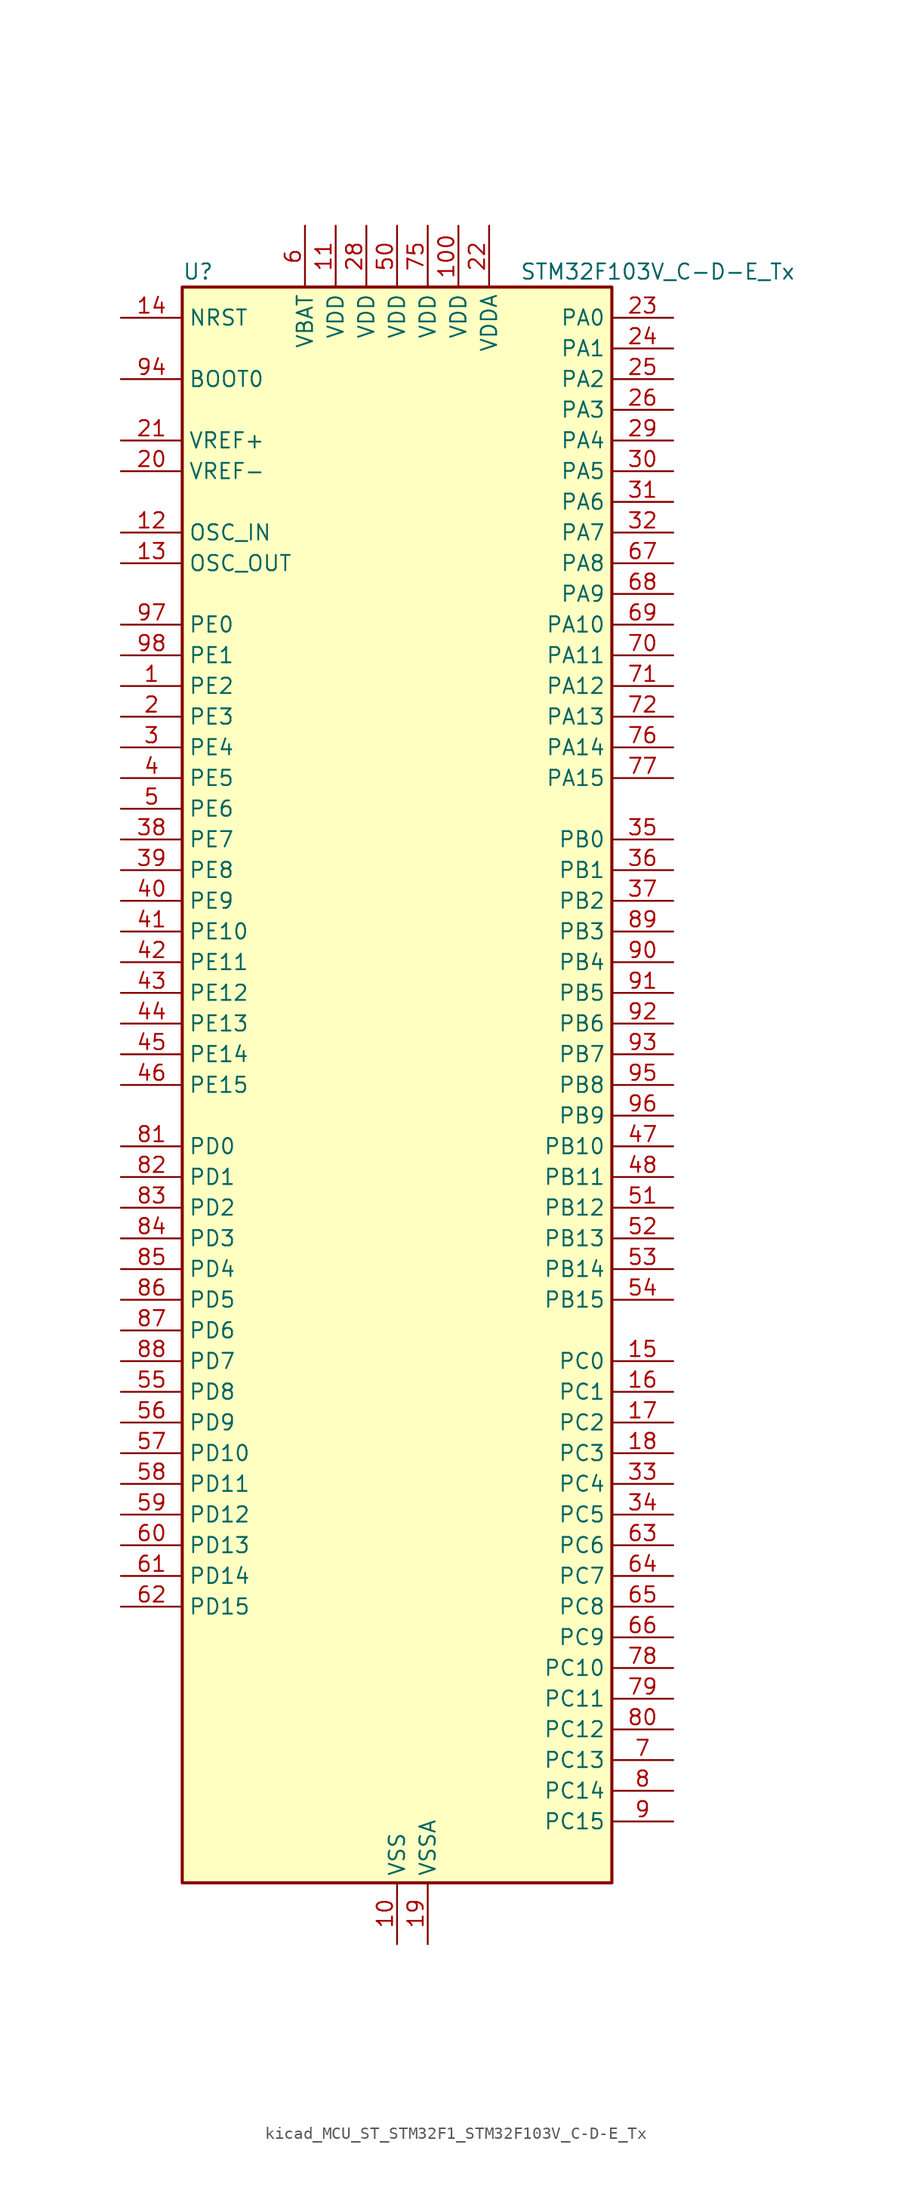
<source format=kicad_sym>
(kicad_symbol_lib
  (version 20220914)
  (generator kicad_symbol_editor)
  (symbol "kicad_MCU_ST_STM32F1_STM32F103V_C-D-E_Tx"
    (property "Reference" "U"
      (at -17.78 67.31 0)
      (effects (font (size 1.27 1.27)) (justify left)))
    (property "Value" "STM32F103V_C-D-E_Tx"
      (at 10.16 67.31 0)
      (effects (font (size 1.27 1.27)) (justify left)))
    (property "ki_locked" ""
      (at 0 0 0)
      (effects (font (size 1.27 1.27))))
    (symbol "kicad_MCU_ST_STM32F1_STM32F103V_C-D-E_Tx_0_1"
      (rectangle (start -17.78 -66.04) (end 17.78 66.04) (stroke (width 0.254) (type default)) (fill (type background))))
    (symbol "kicad_MCU_ST_STM32F1_STM32F103V_C-D-E_Tx_1_1"
      (pin bidirectional line (at -22.86 33.02 0) (length 5.08) (name "PE2" (effects (font (size 1.27 1.27)))) (number "1" (effects (font (size 1.27 1.27)))) (alternate "FSMC_A23" bidirectional line) (alternate "SYS_TRACECLK" bidirectional line))
      (pin power_in line (at 0 -71.12 90) (length 5.08) (name "VSS" (effects (font (size 1.27 1.27)))) (number "10" (effects (font (size 1.27 1.27)))))
      (pin power_in line (at 5.08 71.12 270) (length 5.08) (name "VDD" (effects (font (size 1.27 1.27)))) (number "100" (effects (font (size 1.27 1.27)))))
      (pin power_in line (at -5.08 71.12 270) (length 5.08) (name "VDD" (effects (font (size 1.27 1.27)))) (number "11" (effects (font (size 1.27 1.27)))))
      (pin input line (at -22.86 45.72 0) (length 5.08) (name "OSC_IN" (effects (font (size 1.27 1.27)))) (number "12" (effects (font (size 1.27 1.27)))) (alternate "RCC_OSC_IN" bidirectional line))
      (pin input line (at -22.86 43.18 0) (length 5.08) (name "OSC_OUT" (effects (font (size 1.27 1.27)))) (number "13" (effects (font (size 1.27 1.27)))) (alternate "RCC_OSC_OUT" bidirectional line))
      (pin input line (at -22.86 63.5 0) (length 5.08) (name "NRST" (effects (font (size 1.27 1.27)))) (number "14" (effects (font (size 1.27 1.27)))))
      (pin bidirectional line (at 22.86 -22.86 180) (length 5.08) (name "PC0" (effects (font (size 1.27 1.27)))) (number "15" (effects (font (size 1.27 1.27)))) (alternate "ADC1_IN10" bidirectional line) (alternate "ADC2_IN10" bidirectional line) (alternate "ADC3_IN10" bidirectional line))
      (pin bidirectional line (at 22.86 -25.4 180) (length 5.08) (name "PC1" (effects (font (size 1.27 1.27)))) (number "16" (effects (font (size 1.27 1.27)))) (alternate "ADC1_IN11" bidirectional line) (alternate "ADC2_IN11" bidirectional line) (alternate "ADC3_IN11" bidirectional line))
      (pin bidirectional line (at 22.86 -27.94 180) (length 5.08) (name "PC2" (effects (font (size 1.27 1.27)))) (number "17" (effects (font (size 1.27 1.27)))) (alternate "ADC1_IN12" bidirectional line) (alternate "ADC2_IN12" bidirectional line) (alternate "ADC3_IN12" bidirectional line))
      (pin bidirectional line (at 22.86 -30.48 180) (length 5.08) (name "PC3" (effects (font (size 1.27 1.27)))) (number "18" (effects (font (size 1.27 1.27)))) (alternate "ADC1_IN13" bidirectional line) (alternate "ADC2_IN13" bidirectional line) (alternate "ADC3_IN13" bidirectional line))
      (pin power_in line (at 2.54 -71.12 90) (length 5.08) (name "VSSA" (effects (font (size 1.27 1.27)))) (number "19" (effects (font (size 1.27 1.27)))))
      (pin bidirectional line (at -22.86 30.48 0) (length 5.08) (name "PE3" (effects (font (size 1.27 1.27)))) (number "2" (effects (font (size 1.27 1.27)))) (alternate "FSMC_A19" bidirectional line) (alternate "SYS_TRACED0" bidirectional line))
      (pin input line (at -22.86 50.8 0) (length 5.08) (name "VREF-" (effects (font (size 1.27 1.27)))) (number "20" (effects (font (size 1.27 1.27)))))
      (pin input line (at -22.86 53.34 0) (length 5.08) (name "VREF+" (effects (font (size 1.27 1.27)))) (number "21" (effects (font (size 1.27 1.27)))))
      (pin power_in line (at 7.62 71.12 270) (length 5.08) (name "VDDA" (effects (font (size 1.27 1.27)))) (number "22" (effects (font (size 1.27 1.27)))))
      (pin bidirectional line (at 22.86 63.5 180) (length 5.08) (name "PA0" (effects (font (size 1.27 1.27)))) (number "23" (effects (font (size 1.27 1.27)))) (alternate "ADC1_IN0" bidirectional line) (alternate "ADC2_IN0" bidirectional line) (alternate "ADC3_IN0" bidirectional line) (alternate "SYS_WKUP" bidirectional line) (alternate "TIM2_CH1" bidirectional line) (alternate "TIM2_ETR" bidirectional line) (alternate "TIM5_CH1" bidirectional line) (alternate "TIM8_ETR" bidirectional line) (alternate "USART2_CTS" bidirectional line))
      (pin bidirectional line (at 22.86 60.96 180) (length 5.08) (name "PA1" (effects (font (size 1.27 1.27)))) (number "24" (effects (font (size 1.27 1.27)))) (alternate "ADC1_IN1" bidirectional line) (alternate "ADC2_IN1" bidirectional line) (alternate "ADC3_IN1" bidirectional line) (alternate "TIM2_CH2" bidirectional line) (alternate "TIM5_CH2" bidirectional line) (alternate "USART2_RTS" bidirectional line))
      (pin bidirectional line (at 22.86 58.42 180) (length 5.08) (name "PA2" (effects (font (size 1.27 1.27)))) (number "25" (effects (font (size 1.27 1.27)))) (alternate "ADC1_IN2" bidirectional line) (alternate "ADC2_IN2" bidirectional line) (alternate "ADC3_IN2" bidirectional line) (alternate "TIM2_CH3" bidirectional line) (alternate "TIM5_CH3" bidirectional line) (alternate "USART2_TX" bidirectional line))
      (pin bidirectional line (at 22.86 55.88 180) (length 5.08) (name "PA3" (effects (font (size 1.27 1.27)))) (number "26" (effects (font (size 1.27 1.27)))) (alternate "ADC1_IN3" bidirectional line) (alternate "ADC2_IN3" bidirectional line) (alternate "ADC3_IN3" bidirectional line) (alternate "TIM2_CH4" bidirectional line) (alternate "TIM5_CH4" bidirectional line) (alternate "USART2_RX" bidirectional line))
      (pin passive line (at 0 -71.12 90) (length 5.08) hide (name "VSS" (effects (font (size 1.27 1.27)))) (number "27" (effects (font (size 1.27 1.27)))))
      (pin power_in line (at -2.54 71.12 270) (length 5.08) (name "VDD" (effects (font (size 1.27 1.27)))) (number "28" (effects (font (size 1.27 1.27)))))
      (pin bidirectional line (at 22.86 53.34 180) (length 5.08) (name "PA4" (effects (font (size 1.27 1.27)))) (number "29" (effects (font (size 1.27 1.27)))) (alternate "ADC1_IN4" bidirectional line) (alternate "ADC2_IN4" bidirectional line) (alternate "DAC_OUT1" bidirectional line) (alternate "SPI1_NSS" bidirectional line) (alternate "USART2_CK" bidirectional line))
      (pin bidirectional line (at -22.86 27.94 0) (length 5.08) (name "PE4" (effects (font (size 1.27 1.27)))) (number "3" (effects (font (size 1.27 1.27)))) (alternate "FSMC_A20" bidirectional line) (alternate "SYS_TRACED1" bidirectional line))
      (pin bidirectional line (at 22.86 50.8 180) (length 5.08) (name "PA5" (effects (font (size 1.27 1.27)))) (number "30" (effects (font (size 1.27 1.27)))) (alternate "ADC1_IN5" bidirectional line) (alternate "ADC2_IN5" bidirectional line) (alternate "DAC_OUT2" bidirectional line) (alternate "SPI1_SCK" bidirectional line))
      (pin bidirectional line (at 22.86 48.26 180) (length 5.08) (name "PA6" (effects (font (size 1.27 1.27)))) (number "31" (effects (font (size 1.27 1.27)))) (alternate "ADC1_IN6" bidirectional line) (alternate "ADC2_IN6" bidirectional line) (alternate "SPI1_MISO" bidirectional line) (alternate "TIM1_BKIN" bidirectional line) (alternate "TIM3_CH1" bidirectional line) (alternate "TIM8_BKIN" bidirectional line))
      (pin bidirectional line (at 22.86 45.72 180) (length 5.08) (name "PA7" (effects (font (size 1.27 1.27)))) (number "32" (effects (font (size 1.27 1.27)))) (alternate "ADC1_IN7" bidirectional line) (alternate "ADC2_IN7" bidirectional line) (alternate "SPI1_MOSI" bidirectional line) (alternate "TIM1_CH1N" bidirectional line) (alternate "TIM3_CH2" bidirectional line) (alternate "TIM8_CH1N" bidirectional line))
      (pin bidirectional line (at 22.86 -33.02 180) (length 5.08) (name "PC4" (effects (font (size 1.27 1.27)))) (number "33" (effects (font (size 1.27 1.27)))) (alternate "ADC1_IN14" bidirectional line) (alternate "ADC2_IN14" bidirectional line))
      (pin bidirectional line (at 22.86 -35.56 180) (length 5.08) (name "PC5" (effects (font (size 1.27 1.27)))) (number "34" (effects (font (size 1.27 1.27)))) (alternate "ADC1_IN15" bidirectional line) (alternate "ADC2_IN15" bidirectional line))
      (pin bidirectional line (at 22.86 20.32 180) (length 5.08) (name "PB0" (effects (font (size 1.27 1.27)))) (number "35" (effects (font (size 1.27 1.27)))) (alternate "ADC1_IN8" bidirectional line) (alternate "ADC2_IN8" bidirectional line) (alternate "TIM1_CH2N" bidirectional line) (alternate "TIM3_CH3" bidirectional line) (alternate "TIM8_CH2N" bidirectional line))
      (pin bidirectional line (at 22.86 17.78 180) (length 5.08) (name "PB1" (effects (font (size 1.27 1.27)))) (number "36" (effects (font (size 1.27 1.27)))) (alternate "ADC1_IN9" bidirectional line) (alternate "ADC2_IN9" bidirectional line) (alternate "TIM1_CH3N" bidirectional line) (alternate "TIM3_CH4" bidirectional line) (alternate "TIM8_CH3N" bidirectional line))
      (pin bidirectional line (at 22.86 15.24 180) (length 5.08) (name "PB2" (effects (font (size 1.27 1.27)))) (number "37" (effects (font (size 1.27 1.27)))))
      (pin bidirectional line (at -22.86 20.32 0) (length 5.08) (name "PE7" (effects (font (size 1.27 1.27)))) (number "38" (effects (font (size 1.27 1.27)))) (alternate "FSMC_D4" bidirectional line) (alternate "FSMC_DA4" bidirectional line) (alternate "TIM1_ETR" bidirectional line))
      (pin bidirectional line (at -22.86 17.78 0) (length 5.08) (name "PE8" (effects (font (size 1.27 1.27)))) (number "39" (effects (font (size 1.27 1.27)))) (alternate "FSMC_D5" bidirectional line) (alternate "FSMC_DA5" bidirectional line) (alternate "TIM1_CH1N" bidirectional line))
      (pin bidirectional line (at -22.86 25.4 0) (length 5.08) (name "PE5" (effects (font (size 1.27 1.27)))) (number "4" (effects (font (size 1.27 1.27)))) (alternate "FSMC_A21" bidirectional line) (alternate "SYS_TRACED2" bidirectional line))
      (pin bidirectional line (at -22.86 15.24 0) (length 5.08) (name "PE9" (effects (font (size 1.27 1.27)))) (number "40" (effects (font (size 1.27 1.27)))) (alternate "DAC_EXTI9" bidirectional line) (alternate "FSMC_D6" bidirectional line) (alternate "FSMC_DA6" bidirectional line) (alternate "TIM1_CH1" bidirectional line))
      (pin bidirectional line (at -22.86 12.7 0) (length 5.08) (name "PE10" (effects (font (size 1.27 1.27)))) (number "41" (effects (font (size 1.27 1.27)))) (alternate "FSMC_D7" bidirectional line) (alternate "FSMC_DA7" bidirectional line) (alternate "TIM1_CH2N" bidirectional line))
      (pin bidirectional line (at -22.86 10.16 0) (length 5.08) (name "PE11" (effects (font (size 1.27 1.27)))) (number "42" (effects (font (size 1.27 1.27)))) (alternate "ADC1_EXTI11" bidirectional line) (alternate "ADC2_EXTI11" bidirectional line) (alternate "FSMC_D8" bidirectional line) (alternate "FSMC_DA8" bidirectional line) (alternate "TIM1_CH2" bidirectional line))
      (pin bidirectional line (at -22.86 7.62 0) (length 5.08) (name "PE12" (effects (font (size 1.27 1.27)))) (number "43" (effects (font (size 1.27 1.27)))) (alternate "FSMC_D9" bidirectional line) (alternate "FSMC_DA9" bidirectional line) (alternate "TIM1_CH3N" bidirectional line))
      (pin bidirectional line (at -22.86 5.08 0) (length 5.08) (name "PE13" (effects (font (size 1.27 1.27)))) (number "44" (effects (font (size 1.27 1.27)))) (alternate "FSMC_D10" bidirectional line) (alternate "FSMC_DA10" bidirectional line) (alternate "TIM1_CH3" bidirectional line))
      (pin bidirectional line (at -22.86 2.54 0) (length 5.08) (name "PE14" (effects (font (size 1.27 1.27)))) (number "45" (effects (font (size 1.27 1.27)))) (alternate "FSMC_D11" bidirectional line) (alternate "FSMC_DA11" bidirectional line) (alternate "TIM1_CH4" bidirectional line))
      (pin bidirectional line (at -22.86 0 0) (length 5.08) (name "PE15" (effects (font (size 1.27 1.27)))) (number "46" (effects (font (size 1.27 1.27)))) (alternate "ADC1_EXTI15" bidirectional line) (alternate "ADC2_EXTI15" bidirectional line) (alternate "FSMC_D12" bidirectional line) (alternate "FSMC_DA12" bidirectional line) (alternate "TIM1_BKIN" bidirectional line))
      (pin bidirectional line (at 22.86 -5.08 180) (length 5.08) (name "PB10" (effects (font (size 1.27 1.27)))) (number "47" (effects (font (size 1.27 1.27)))) (alternate "I2C2_SCL" bidirectional line) (alternate "TIM2_CH3" bidirectional line) (alternate "USART3_TX" bidirectional line))
      (pin bidirectional line (at 22.86 -7.62 180) (length 5.08) (name "PB11" (effects (font (size 1.27 1.27)))) (number "48" (effects (font (size 1.27 1.27)))) (alternate "ADC1_EXTI11" bidirectional line) (alternate "ADC2_EXTI11" bidirectional line) (alternate "I2C2_SDA" bidirectional line) (alternate "TIM2_CH4" bidirectional line) (alternate "USART3_RX" bidirectional line))
      (pin passive line (at 0 -71.12 90) (length 5.08) hide (name "VSS" (effects (font (size 1.27 1.27)))) (number "49" (effects (font (size 1.27 1.27)))))
      (pin bidirectional line (at -22.86 22.86 0) (length 5.08) (name "PE6" (effects (font (size 1.27 1.27)))) (number "5" (effects (font (size 1.27 1.27)))) (alternate "FSMC_A22" bidirectional line) (alternate "SYS_TRACED3" bidirectional line))
      (pin power_in line (at 0 71.12 270) (length 5.08) (name "VDD" (effects (font (size 1.27 1.27)))) (number "50" (effects (font (size 1.27 1.27)))))
      (pin bidirectional line (at 22.86 -10.16 180) (length 5.08) (name "PB12" (effects (font (size 1.27 1.27)))) (number "51" (effects (font (size 1.27 1.27)))) (alternate "I2C2_SMBA" bidirectional line) (alternate "I2S2_WS" bidirectional line) (alternate "SPI2_NSS" bidirectional line) (alternate "TIM1_BKIN" bidirectional line) (alternate "USART3_CK" bidirectional line))
      (pin bidirectional line (at 22.86 -12.7 180) (length 5.08) (name "PB13" (effects (font (size 1.27 1.27)))) (number "52" (effects (font (size 1.27 1.27)))) (alternate "I2S2_CK" bidirectional line) (alternate "SPI2_SCK" bidirectional line) (alternate "TIM1_CH1N" bidirectional line) (alternate "USART3_CTS" bidirectional line))
      (pin bidirectional line (at 22.86 -15.24 180) (length 5.08) (name "PB14" (effects (font (size 1.27 1.27)))) (number "53" (effects (font (size 1.27 1.27)))) (alternate "SPI2_MISO" bidirectional line) (alternate "TIM1_CH2N" bidirectional line) (alternate "USART3_RTS" bidirectional line))
      (pin bidirectional line (at 22.86 -17.78 180) (length 5.08) (name "PB15" (effects (font (size 1.27 1.27)))) (number "54" (effects (font (size 1.27 1.27)))) (alternate "ADC1_EXTI15" bidirectional line) (alternate "ADC2_EXTI15" bidirectional line) (alternate "I2S2_SD" bidirectional line) (alternate "SPI2_MOSI" bidirectional line) (alternate "TIM1_CH3N" bidirectional line))
      (pin bidirectional line (at -22.86 -25.4 0) (length 5.08) (name "PD8" (effects (font (size 1.27 1.27)))) (number "55" (effects (font (size 1.27 1.27)))) (alternate "FSMC_D13" bidirectional line) (alternate "FSMC_DA13" bidirectional line) (alternate "USART3_TX" bidirectional line))
      (pin bidirectional line (at -22.86 -27.94 0) (length 5.08) (name "PD9" (effects (font (size 1.27 1.27)))) (number "56" (effects (font (size 1.27 1.27)))) (alternate "DAC_EXTI9" bidirectional line) (alternate "FSMC_D14" bidirectional line) (alternate "FSMC_DA14" bidirectional line) (alternate "USART3_RX" bidirectional line))
      (pin bidirectional line (at -22.86 -30.48 0) (length 5.08) (name "PD10" (effects (font (size 1.27 1.27)))) (number "57" (effects (font (size 1.27 1.27)))) (alternate "FSMC_D15" bidirectional line) (alternate "FSMC_DA15" bidirectional line) (alternate "USART3_CK" bidirectional line))
      (pin bidirectional line (at -22.86 -33.02 0) (length 5.08) (name "PD11" (effects (font (size 1.27 1.27)))) (number "58" (effects (font (size 1.27 1.27)))) (alternate "ADC1_EXTI11" bidirectional line) (alternate "ADC2_EXTI11" bidirectional line) (alternate "FSMC_A16" bidirectional line) (alternate "FSMC_CLE" bidirectional line) (alternate "USART3_CTS" bidirectional line))
      (pin bidirectional line (at -22.86 -35.56 0) (length 5.08) (name "PD12" (effects (font (size 1.27 1.27)))) (number "59" (effects (font (size 1.27 1.27)))) (alternate "FSMC_A17" bidirectional line) (alternate "FSMC_ALE" bidirectional line) (alternate "TIM4_CH1" bidirectional line) (alternate "USART3_RTS" bidirectional line))
      (pin power_in line (at -7.62 71.12 270) (length 5.08) (name "VBAT" (effects (font (size 1.27 1.27)))) (number "6" (effects (font (size 1.27 1.27)))))
      (pin bidirectional line (at -22.86 -38.1 0) (length 5.08) (name "PD13" (effects (font (size 1.27 1.27)))) (number "60" (effects (font (size 1.27 1.27)))) (alternate "FSMC_A18" bidirectional line) (alternate "TIM4_CH2" bidirectional line))
      (pin bidirectional line (at -22.86 -40.64 0) (length 5.08) (name "PD14" (effects (font (size 1.27 1.27)))) (number "61" (effects (font (size 1.27 1.27)))) (alternate "FSMC_D0" bidirectional line) (alternate "FSMC_DA0" bidirectional line) (alternate "TIM4_CH3" bidirectional line))
      (pin bidirectional line (at -22.86 -43.18 0) (length 5.08) (name "PD15" (effects (font (size 1.27 1.27)))) (number "62" (effects (font (size 1.27 1.27)))) (alternate "ADC1_EXTI15" bidirectional line) (alternate "ADC2_EXTI15" bidirectional line) (alternate "FSMC_D1" bidirectional line) (alternate "FSMC_DA1" bidirectional line) (alternate "TIM4_CH4" bidirectional line))
      (pin bidirectional line (at 22.86 -38.1 180) (length 5.08) (name "PC6" (effects (font (size 1.27 1.27)))) (number "63" (effects (font (size 1.27 1.27)))) (alternate "I2S2_MCK" bidirectional line) (alternate "SDIO_D6" bidirectional line) (alternate "TIM3_CH1" bidirectional line) (alternate "TIM8_CH1" bidirectional line))
      (pin bidirectional line (at 22.86 -40.64 180) (length 5.08) (name "PC7" (effects (font (size 1.27 1.27)))) (number "64" (effects (font (size 1.27 1.27)))) (alternate "I2S3_MCK" bidirectional line) (alternate "SDIO_D7" bidirectional line) (alternate "TIM3_CH2" bidirectional line) (alternate "TIM8_CH2" bidirectional line))
      (pin bidirectional line (at 22.86 -43.18 180) (length 5.08) (name "PC8" (effects (font (size 1.27 1.27)))) (number "65" (effects (font (size 1.27 1.27)))) (alternate "SDIO_D0" bidirectional line) (alternate "TIM3_CH3" bidirectional line) (alternate "TIM8_CH3" bidirectional line))
      (pin bidirectional line (at 22.86 -45.72 180) (length 5.08) (name "PC9" (effects (font (size 1.27 1.27)))) (number "66" (effects (font (size 1.27 1.27)))) (alternate "DAC_EXTI9" bidirectional line) (alternate "SDIO_D1" bidirectional line) (alternate "TIM3_CH4" bidirectional line) (alternate "TIM8_CH4" bidirectional line))
      (pin bidirectional line (at 22.86 43.18 180) (length 5.08) (name "PA8" (effects (font (size 1.27 1.27)))) (number "67" (effects (font (size 1.27 1.27)))) (alternate "RCC_MCO" bidirectional line) (alternate "TIM1_CH1" bidirectional line) (alternate "USART1_CK" bidirectional line))
      (pin bidirectional line (at 22.86 40.64 180) (length 5.08) (name "PA9" (effects (font (size 1.27 1.27)))) (number "68" (effects (font (size 1.27 1.27)))) (alternate "DAC_EXTI9" bidirectional line) (alternate "TIM1_CH2" bidirectional line) (alternate "USART1_TX" bidirectional line))
      (pin bidirectional line (at 22.86 38.1 180) (length 5.08) (name "PA10" (effects (font (size 1.27 1.27)))) (number "69" (effects (font (size 1.27 1.27)))) (alternate "TIM1_CH3" bidirectional line) (alternate "USART1_RX" bidirectional line))
      (pin bidirectional line (at 22.86 -55.88 180) (length 5.08) (name "PC13" (effects (font (size 1.27 1.27)))) (number "7" (effects (font (size 1.27 1.27)))) (alternate "RTC_OUT" bidirectional line) (alternate "RTC_TAMPER" bidirectional line))
      (pin bidirectional line (at 22.86 35.56 180) (length 5.08) (name "PA11" (effects (font (size 1.27 1.27)))) (number "70" (effects (font (size 1.27 1.27)))) (alternate "ADC1_EXTI11" bidirectional line) (alternate "ADC2_EXTI11" bidirectional line) (alternate "CAN_RX" bidirectional line) (alternate "TIM1_CH4" bidirectional line) (alternate "USART1_CTS" bidirectional line) (alternate "USB_DM" bidirectional line))
      (pin bidirectional line (at 22.86 33.02 180) (length 5.08) (name "PA12" (effects (font (size 1.27 1.27)))) (number "71" (effects (font (size 1.27 1.27)))) (alternate "CAN_TX" bidirectional line) (alternate "TIM1_ETR" bidirectional line) (alternate "USART1_RTS" bidirectional line) (alternate "USB_DP" bidirectional line))
      (pin bidirectional line (at 22.86 30.48 180) (length 5.08) (name "PA13" (effects (font (size 1.27 1.27)))) (number "72" (effects (font (size 1.27 1.27)))) (alternate "SYS_JTMS-SWDIO" bidirectional line))
      (pin no_connect line (at -17.78 -66.04 0) (length 5.08) hide (name "NC" (effects (font (size 1.27 1.27)))) (number "73" (effects (font (size 1.27 1.27)))))
      (pin passive line (at 0 -71.12 90) (length 5.08) hide (name "VSS" (effects (font (size 1.27 1.27)))) (number "74" (effects (font (size 1.27 1.27)))))
      (pin power_in line (at 2.54 71.12 270) (length 5.08) (name "VDD" (effects (font (size 1.27 1.27)))) (number "75" (effects (font (size 1.27 1.27)))))
      (pin bidirectional line (at 22.86 27.94 180) (length 5.08) (name "PA14" (effects (font (size 1.27 1.27)))) (number "76" (effects (font (size 1.27 1.27)))) (alternate "SYS_JTCK-SWCLK" bidirectional line))
      (pin bidirectional line (at 22.86 25.4 180) (length 5.08) (name "PA15" (effects (font (size 1.27 1.27)))) (number "77" (effects (font (size 1.27 1.27)))) (alternate "ADC1_EXTI15" bidirectional line) (alternate "ADC2_EXTI15" bidirectional line) (alternate "I2S3_WS" bidirectional line) (alternate "SPI1_NSS" bidirectional line) (alternate "SPI3_NSS" bidirectional line) (alternate "SYS_JTDI" bidirectional line) (alternate "TIM2_CH1" bidirectional line) (alternate "TIM2_ETR" bidirectional line))
      (pin bidirectional line (at 22.86 -48.26 180) (length 5.08) (name "PC10" (effects (font (size 1.27 1.27)))) (number "78" (effects (font (size 1.27 1.27)))) (alternate "SDIO_D2" bidirectional line) (alternate "UART4_TX" bidirectional line) (alternate "USART3_TX" bidirectional line))
      (pin bidirectional line (at 22.86 -50.8 180) (length 5.08) (name "PC11" (effects (font (size 1.27 1.27)))) (number "79" (effects (font (size 1.27 1.27)))) (alternate "ADC1_EXTI11" bidirectional line) (alternate "ADC2_EXTI11" bidirectional line) (alternate "SDIO_D3" bidirectional line) (alternate "UART4_RX" bidirectional line) (alternate "USART3_RX" bidirectional line))
      (pin bidirectional line (at 22.86 -58.42 180) (length 5.08) (name "PC14" (effects (font (size 1.27 1.27)))) (number "8" (effects (font (size 1.27 1.27)))) (alternate "RCC_OSC32_IN" bidirectional line))
      (pin bidirectional line (at 22.86 -53.34 180) (length 5.08) (name "PC12" (effects (font (size 1.27 1.27)))) (number "80" (effects (font (size 1.27 1.27)))) (alternate "SDIO_CK" bidirectional line) (alternate "UART5_TX" bidirectional line) (alternate "USART3_CK" bidirectional line))
      (pin bidirectional line (at -22.86 -5.08 0) (length 5.08) (name "PD0" (effects (font (size 1.27 1.27)))) (number "81" (effects (font (size 1.27 1.27)))) (alternate "CAN_RX" bidirectional line) (alternate "FSMC_D2" bidirectional line) (alternate "FSMC_DA2" bidirectional line))
      (pin bidirectional line (at -22.86 -7.62 0) (length 5.08) (name "PD1" (effects (font (size 1.27 1.27)))) (number "82" (effects (font (size 1.27 1.27)))) (alternate "CAN_TX" bidirectional line) (alternate "FSMC_D3" bidirectional line) (alternate "FSMC_DA3" bidirectional line))
      (pin bidirectional line (at -22.86 -10.16 0) (length 5.08) (name "PD2" (effects (font (size 1.27 1.27)))) (number "83" (effects (font (size 1.27 1.27)))) (alternate "SDIO_CMD" bidirectional line) (alternate "TIM3_ETR" bidirectional line) (alternate "UART5_RX" bidirectional line))
      (pin bidirectional line (at -22.86 -12.7 0) (length 5.08) (name "PD3" (effects (font (size 1.27 1.27)))) (number "84" (effects (font (size 1.27 1.27)))) (alternate "FSMC_CLK" bidirectional line) (alternate "USART2_CTS" bidirectional line))
      (pin bidirectional line (at -22.86 -15.24 0) (length 5.08) (name "PD4" (effects (font (size 1.27 1.27)))) (number "85" (effects (font (size 1.27 1.27)))) (alternate "FSMC_NOE" bidirectional line) (alternate "USART2_RTS" bidirectional line))
      (pin bidirectional line (at -22.86 -17.78 0) (length 5.08) (name "PD5" (effects (font (size 1.27 1.27)))) (number "86" (effects (font (size 1.27 1.27)))) (alternate "FSMC_NWE" bidirectional line) (alternate "USART2_TX" bidirectional line))
      (pin bidirectional line (at -22.86 -20.32 0) (length 5.08) (name "PD6" (effects (font (size 1.27 1.27)))) (number "87" (effects (font (size 1.27 1.27)))) (alternate "FSMC_NWAIT" bidirectional line) (alternate "USART2_RX" bidirectional line))
      (pin bidirectional line (at -22.86 -22.86 0) (length 5.08) (name "PD7" (effects (font (size 1.27 1.27)))) (number "88" (effects (font (size 1.27 1.27)))) (alternate "FSMC_NCE2" bidirectional line) (alternate "FSMC_NE1" bidirectional line) (alternate "USART2_CK" bidirectional line))
      (pin bidirectional line (at 22.86 12.7 180) (length 5.08) (name "PB3" (effects (font (size 1.27 1.27)))) (number "89" (effects (font (size 1.27 1.27)))) (alternate "I2S3_CK" bidirectional line) (alternate "SPI1_SCK" bidirectional line) (alternate "SPI3_SCK" bidirectional line) (alternate "SYS_JTDO-TRACESWO" bidirectional line) (alternate "TIM2_CH2" bidirectional line))
      (pin bidirectional line (at 22.86 -60.96 180) (length 5.08) (name "PC15" (effects (font (size 1.27 1.27)))) (number "9" (effects (font (size 1.27 1.27)))) (alternate "ADC1_EXTI15" bidirectional line) (alternate "ADC2_EXTI15" bidirectional line) (alternate "RCC_OSC32_OUT" bidirectional line))
      (pin bidirectional line (at 22.86 10.16 180) (length 5.08) (name "PB4" (effects (font (size 1.27 1.27)))) (number "90" (effects (font (size 1.27 1.27)))) (alternate "SPI1_MISO" bidirectional line) (alternate "SPI3_MISO" bidirectional line) (alternate "SYS_NJTRST" bidirectional line) (alternate "TIM3_CH1" bidirectional line))
      (pin bidirectional line (at 22.86 7.62 180) (length 5.08) (name "PB5" (effects (font (size 1.27 1.27)))) (number "91" (effects (font (size 1.27 1.27)))) (alternate "I2C1_SMBA" bidirectional line) (alternate "I2S3_SD" bidirectional line) (alternate "SPI1_MOSI" bidirectional line) (alternate "SPI3_MOSI" bidirectional line) (alternate "TIM3_CH2" bidirectional line))
      (pin bidirectional line (at 22.86 5.08 180) (length 5.08) (name "PB6" (effects (font (size 1.27 1.27)))) (number "92" (effects (font (size 1.27 1.27)))) (alternate "I2C1_SCL" bidirectional line) (alternate "TIM4_CH1" bidirectional line) (alternate "USART1_TX" bidirectional line))
      (pin bidirectional line (at 22.86 2.54 180) (length 5.08) (name "PB7" (effects (font (size 1.27 1.27)))) (number "93" (effects (font (size 1.27 1.27)))) (alternate "FSMC_NL" bidirectional line) (alternate "I2C1_SDA" bidirectional line) (alternate "TIM4_CH2" bidirectional line) (alternate "USART1_RX" bidirectional line))
      (pin input line (at -22.86 58.42 0) (length 5.08) (name "BOOT0" (effects (font (size 1.27 1.27)))) (number "94" (effects (font (size 1.27 1.27)))))
      (pin bidirectional line (at 22.86 0 180) (length 5.08) (name "PB8" (effects (font (size 1.27 1.27)))) (number "95" (effects (font (size 1.27 1.27)))) (alternate "CAN_RX" bidirectional line) (alternate "I2C1_SCL" bidirectional line) (alternate "SDIO_D4" bidirectional line) (alternate "TIM4_CH3" bidirectional line))
      (pin bidirectional line (at 22.86 -2.54 180) (length 5.08) (name "PB9" (effects (font (size 1.27 1.27)))) (number "96" (effects (font (size 1.27 1.27)))) (alternate "CAN_TX" bidirectional line) (alternate "DAC_EXTI9" bidirectional line) (alternate "I2C1_SDA" bidirectional line) (alternate "SDIO_D5" bidirectional line) (alternate "TIM4_CH4" bidirectional line))
      (pin bidirectional line (at -22.86 38.1 0) (length 5.08) (name "PE0" (effects (font (size 1.27 1.27)))) (number "97" (effects (font (size 1.27 1.27)))) (alternate "FSMC_NBL0" bidirectional line) (alternate "TIM4_ETR" bidirectional line))
      (pin bidirectional line (at -22.86 35.56 0) (length 5.08) (name "PE1" (effects (font (size 1.27 1.27)))) (number "98" (effects (font (size 1.27 1.27)))) (alternate "FSMC_NBL1" bidirectional line))
      (pin passive line (at 0 -71.12 90) (length 5.08) hide (name "VSS" (effects (font (size 1.27 1.27)))) (number "99" (effects (font (size 1.27 1.27))))))))
</source>
